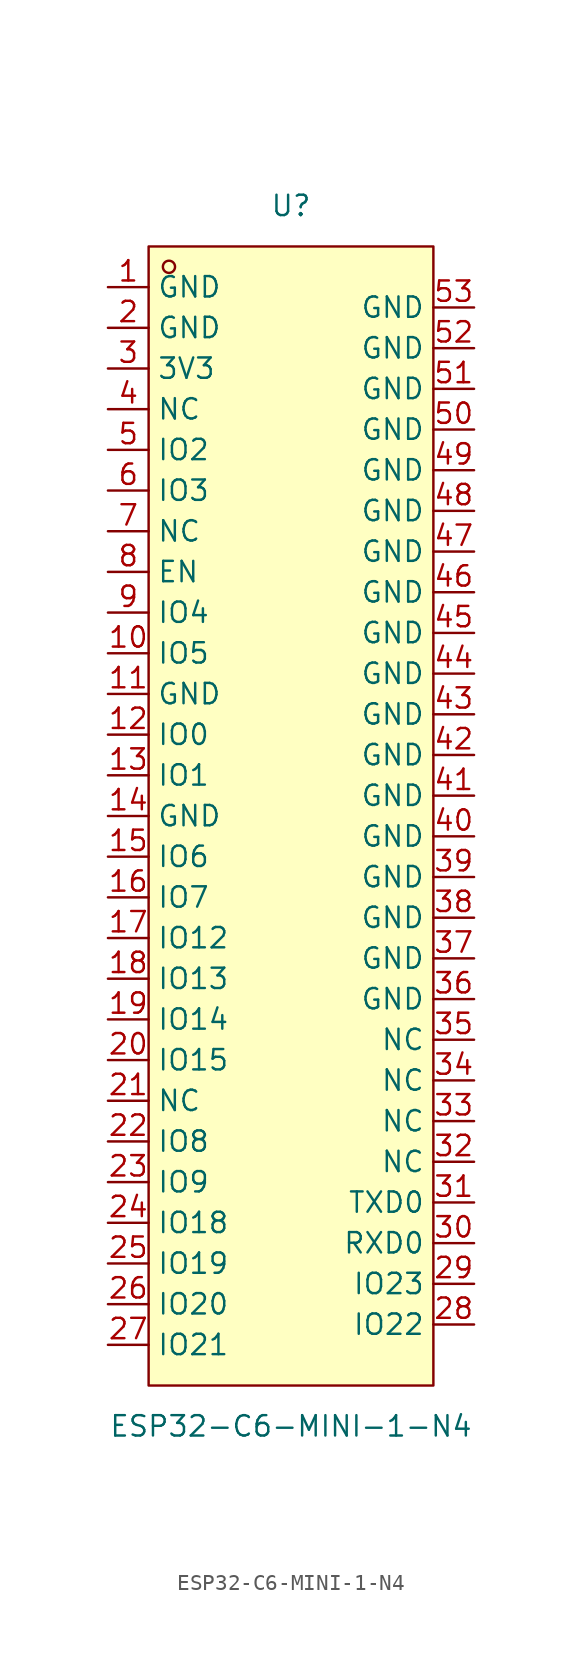
<source format=kicad_sym>
(kicad_symbol_lib
  (version 20211014)
  (generator https://github.com/uPesy/easyeda2kicad.py)
  (symbol "ESP32-C6-MINI-1-N4"
    (property "Reference" "U"
      (at 0 38.10 0)
      (effects (font (size 1.27 1.27))))
    (property "Value" "ESP32-C6-MINI-1-N4"
      (at 0 -38.10 0)
      (effects (font (size 1.27 1.27))))
    (symbol "ESP32-C6-MINI-1-N4_0_1"
      (rectangle (start -8.89 35.56) (end 8.89 -35.56) (stroke (width 0) (type default) (color 0 0 0 0)) (fill (type background)))
      (circle (center -7.62 34.29) (radius 0.38) (stroke (width 0) (type default) (color 0 0 0 0)) (fill (type none)))
      (pin unspecified line (at -11.43 33.02 0) (length 2.54) (name "GND" (effects (font (size 1.27 1.27)))) (number "1" (effects (font (size 1.27 1.27)))))
      (pin unspecified line (at -11.43 30.48 0) (length 2.54) (name "GND" (effects (font (size 1.27 1.27)))) (number "2" (effects (font (size 1.27 1.27)))))
      (pin unspecified line (at -11.43 27.94 0) (length 2.54) (name "3V3" (effects (font (size 1.27 1.27)))) (number "3" (effects (font (size 1.27 1.27)))))
      (pin unspecified line (at -11.43 25.40 0) (length 2.54) (name "NC" (effects (font (size 1.27 1.27)))) (number "4" (effects (font (size 1.27 1.27)))))
      (pin unspecified line (at -11.43 22.86 0) (length 2.54) (name "IO2" (effects (font (size 1.27 1.27)))) (number "5" (effects (font (size 1.27 1.27)))))
      (pin unspecified line (at -11.43 20.32 0) (length 2.54) (name "IO3" (effects (font (size 1.27 1.27)))) (number "6" (effects (font (size 1.27 1.27)))))
      (pin unspecified line (at -11.43 17.78 0) (length 2.54) (name "NC" (effects (font (size 1.27 1.27)))) (number "7" (effects (font (size 1.27 1.27)))))
      (pin unspecified line (at -11.43 15.24 0) (length 2.54) (name "EN" (effects (font (size 1.27 1.27)))) (number "8" (effects (font (size 1.27 1.27)))))
      (pin unspecified line (at -11.43 12.70 0) (length 2.54) (name "IO4" (effects (font (size 1.27 1.27)))) (number "9" (effects (font (size 1.27 1.27)))))
      (pin unspecified line (at -11.43 10.16 0) (length 2.54) (name "IO5" (effects (font (size 1.27 1.27)))) (number "10" (effects (font (size 1.27 1.27)))))
      (pin unspecified line (at -11.43 7.62 0) (length 2.54) (name "GND" (effects (font (size 1.27 1.27)))) (number "11" (effects (font (size 1.27 1.27)))))
      (pin unspecified line (at -11.43 5.08 0) (length 2.54) (name "IO0" (effects (font (size 1.27 1.27)))) (number "12" (effects (font (size 1.27 1.27)))))
      (pin unspecified line (at -11.43 2.54 0) (length 2.54) (name "IO1" (effects (font (size 1.27 1.27)))) (number "13" (effects (font (size 1.27 1.27)))))
      (pin unspecified line (at -11.43 -0.00 0) (length 2.54) (name "GND" (effects (font (size 1.27 1.27)))) (number "14" (effects (font (size 1.27 1.27)))))
      (pin unspecified line (at -11.43 -2.54 0) (length 2.54) (name "IO6" (effects (font (size 1.27 1.27)))) (number "15" (effects (font (size 1.27 1.27)))))
      (pin unspecified line (at -11.43 -5.08 0) (length 2.54) (name "IO7" (effects (font (size 1.27 1.27)))) (number "16" (effects (font (size 1.27 1.27)))))
      (pin unspecified line (at -11.43 -7.62 0) (length 2.54) (name "IO12" (effects (font (size 1.27 1.27)))) (number "17" (effects (font (size 1.27 1.27)))))
      (pin unspecified line (at -11.43 -10.16 0) (length 2.54) (name "IO13" (effects (font (size 1.27 1.27)))) (number "18" (effects (font (size 1.27 1.27)))))
      (pin unspecified line (at -11.43 -12.70 0) (length 2.54) (name "IO14" (effects (font (size 1.27 1.27)))) (number "19" (effects (font (size 1.27 1.27)))))
      (pin unspecified line (at -11.43 -15.24 0) (length 2.54) (name "IO15" (effects (font (size 1.27 1.27)))) (number "20" (effects (font (size 1.27 1.27)))))
      (pin unspecified line (at -11.43 -17.78 0) (length 2.54) (name "NC" (effects (font (size 1.27 1.27)))) (number "21" (effects (font (size 1.27 1.27)))))
      (pin unspecified line (at -11.43 -20.32 0) (length 2.54) (name "IO8" (effects (font (size 1.27 1.27)))) (number "22" (effects (font (size 1.27 1.27)))))
      (pin unspecified line (at -11.43 -22.86 0) (length 2.54) (name "IO9" (effects (font (size 1.27 1.27)))) (number "23" (effects (font (size 1.27 1.27)))))
      (pin unspecified line (at -11.43 -25.40 0) (length 2.54) (name "IO18" (effects (font (size 1.27 1.27)))) (number "24" (effects (font (size 1.27 1.27)))))
      (pin unspecified line (at -11.43 -27.94 0) (length 2.54) (name "IO19" (effects (font (size 1.27 1.27)))) (number "25" (effects (font (size 1.27 1.27)))))
      (pin unspecified line (at -11.43 -30.48 0) (length 2.54) (name "IO20" (effects (font (size 1.27 1.27)))) (number "26" (effects (font (size 1.27 1.27)))))
      (pin unspecified line (at -11.43 -33.02 0) (length 2.54) (name "IO21" (effects (font (size 1.27 1.27)))) (number "27" (effects (font (size 1.27 1.27)))))
      (pin unspecified line (at 11.43 -31.75 180) (length 2.54) (name "IO22" (effects (font (size 1.27 1.27)))) (number "28" (effects (font (size 1.27 1.27)))))
      (pin unspecified line (at 11.43 -29.21 180) (length 2.54) (name "IO23" (effects (font (size 1.27 1.27)))) (number "29" (effects (font (size 1.27 1.27)))))
      (pin unspecified line (at 11.43 -26.67 180) (length 2.54) (name "RXD0" (effects (font (size 1.27 1.27)))) (number "30" (effects (font (size 1.27 1.27)))))
      (pin unspecified line (at 11.43 -24.13 180) (length 2.54) (name "TXD0" (effects (font (size 1.27 1.27)))) (number "31" (effects (font (size 1.27 1.27)))))
      (pin unspecified line (at 11.43 -21.59 180) (length 2.54) (name "NC" (effects (font (size 1.27 1.27)))) (number "32" (effects (font (size 1.27 1.27)))))
      (pin unspecified line (at 11.43 -19.05 180) (length 2.54) (name "NC" (effects (font (size 1.27 1.27)))) (number "33" (effects (font (size 1.27 1.27)))))
      (pin unspecified line (at 11.43 -16.51 180) (length 2.54) (name "NC" (effects (font (size 1.27 1.27)))) (number "34" (effects (font (size 1.27 1.27)))))
      (pin unspecified line (at 11.43 -13.97 180) (length 2.54) (name "NC" (effects (font (size 1.27 1.27)))) (number "35" (effects (font (size 1.27 1.27)))))
      (pin unspecified line (at 11.43 -11.43 180) (length 2.54) (name "GND" (effects (font (size 1.27 1.27)))) (number "36" (effects (font (size 1.27 1.27)))))
      (pin unspecified line (at 11.43 -8.89 180) (length 2.54) (name "GND" (effects (font (size 1.27 1.27)))) (number "37" (effects (font (size 1.27 1.27)))))
      (pin unspecified line (at 11.43 -6.35 180) (length 2.54) (name "GND" (effects (font (size 1.27 1.27)))) (number "38" (effects (font (size 1.27 1.27)))))
      (pin unspecified line (at 11.43 -3.81 180) (length 2.54) (name "GND" (effects (font (size 1.27 1.27)))) (number "39" (effects (font (size 1.27 1.27)))))
      (pin unspecified line (at 11.43 -1.27 180) (length 2.54) (name "GND" (effects (font (size 1.27 1.27)))) (number "40" (effects (font (size 1.27 1.27)))))
      (pin unspecified line (at 11.43 1.27 180) (length 2.54) (name "GND" (effects (font (size 1.27 1.27)))) (number "41" (effects (font (size 1.27 1.27)))))
      (pin unspecified line (at 11.43 3.81 180) (length 2.54) (name "GND" (effects (font (size 1.27 1.27)))) (number "42" (effects (font (size 1.27 1.27)))))
      (pin unspecified line (at 11.43 6.35 180) (length 2.54) (name "GND" (effects (font (size 1.27 1.27)))) (number "43" (effects (font (size 1.27 1.27)))))
      (pin unspecified line (at 11.43 8.89 180) (length 2.54) (name "GND" (effects (font (size 1.27 1.27)))) (number "44" (effects (font (size 1.27 1.27)))))
      (pin unspecified line (at 11.43 11.43 180) (length 2.54) (name "GND" (effects (font (size 1.27 1.27)))) (number "45" (effects (font (size 1.27 1.27)))))
      (pin unspecified line (at 11.43 13.97 180) (length 2.54) (name "GND" (effects (font (size 1.27 1.27)))) (number "46" (effects (font (size 1.27 1.27)))))
      (pin unspecified line (at 11.43 16.51 180) (length 2.54) (name "GND" (effects (font (size 1.27 1.27)))) (number "47" (effects (font (size 1.27 1.27)))))
      (pin unspecified line (at 11.43 19.05 180) (length 2.54) (name "GND" (effects (font (size 1.27 1.27)))) (number "48" (effects (font (size 1.27 1.27)))))
      (pin unspecified line (at 11.43 21.59 180) (length 2.54) (name "GND" (effects (font (size 1.27 1.27)))) (number "49" (effects (font (size 1.27 1.27)))))
      (pin unspecified line (at 11.43 24.13 180) (length 2.54) (name "GND" (effects (font (size 1.27 1.27)))) (number "50" (effects (font (size 1.27 1.27)))))
      (pin unspecified line (at 11.43 26.67 180) (length 2.54) (name "GND" (effects (font (size 1.27 1.27)))) (number "51" (effects (font (size 1.27 1.27)))))
      (pin unspecified line (at 11.43 29.21 180) (length 2.54) (name "GND" (effects (font (size 1.27 1.27)))) (number "52" (effects (font (size 1.27 1.27)))))
      (pin unspecified line (at 11.43 31.75 180) (length 2.54) (name "GND" (effects (font (size 1.27 1.27)))) (number "53" (effects (font (size 1.27 1.27))))))))
</source>
